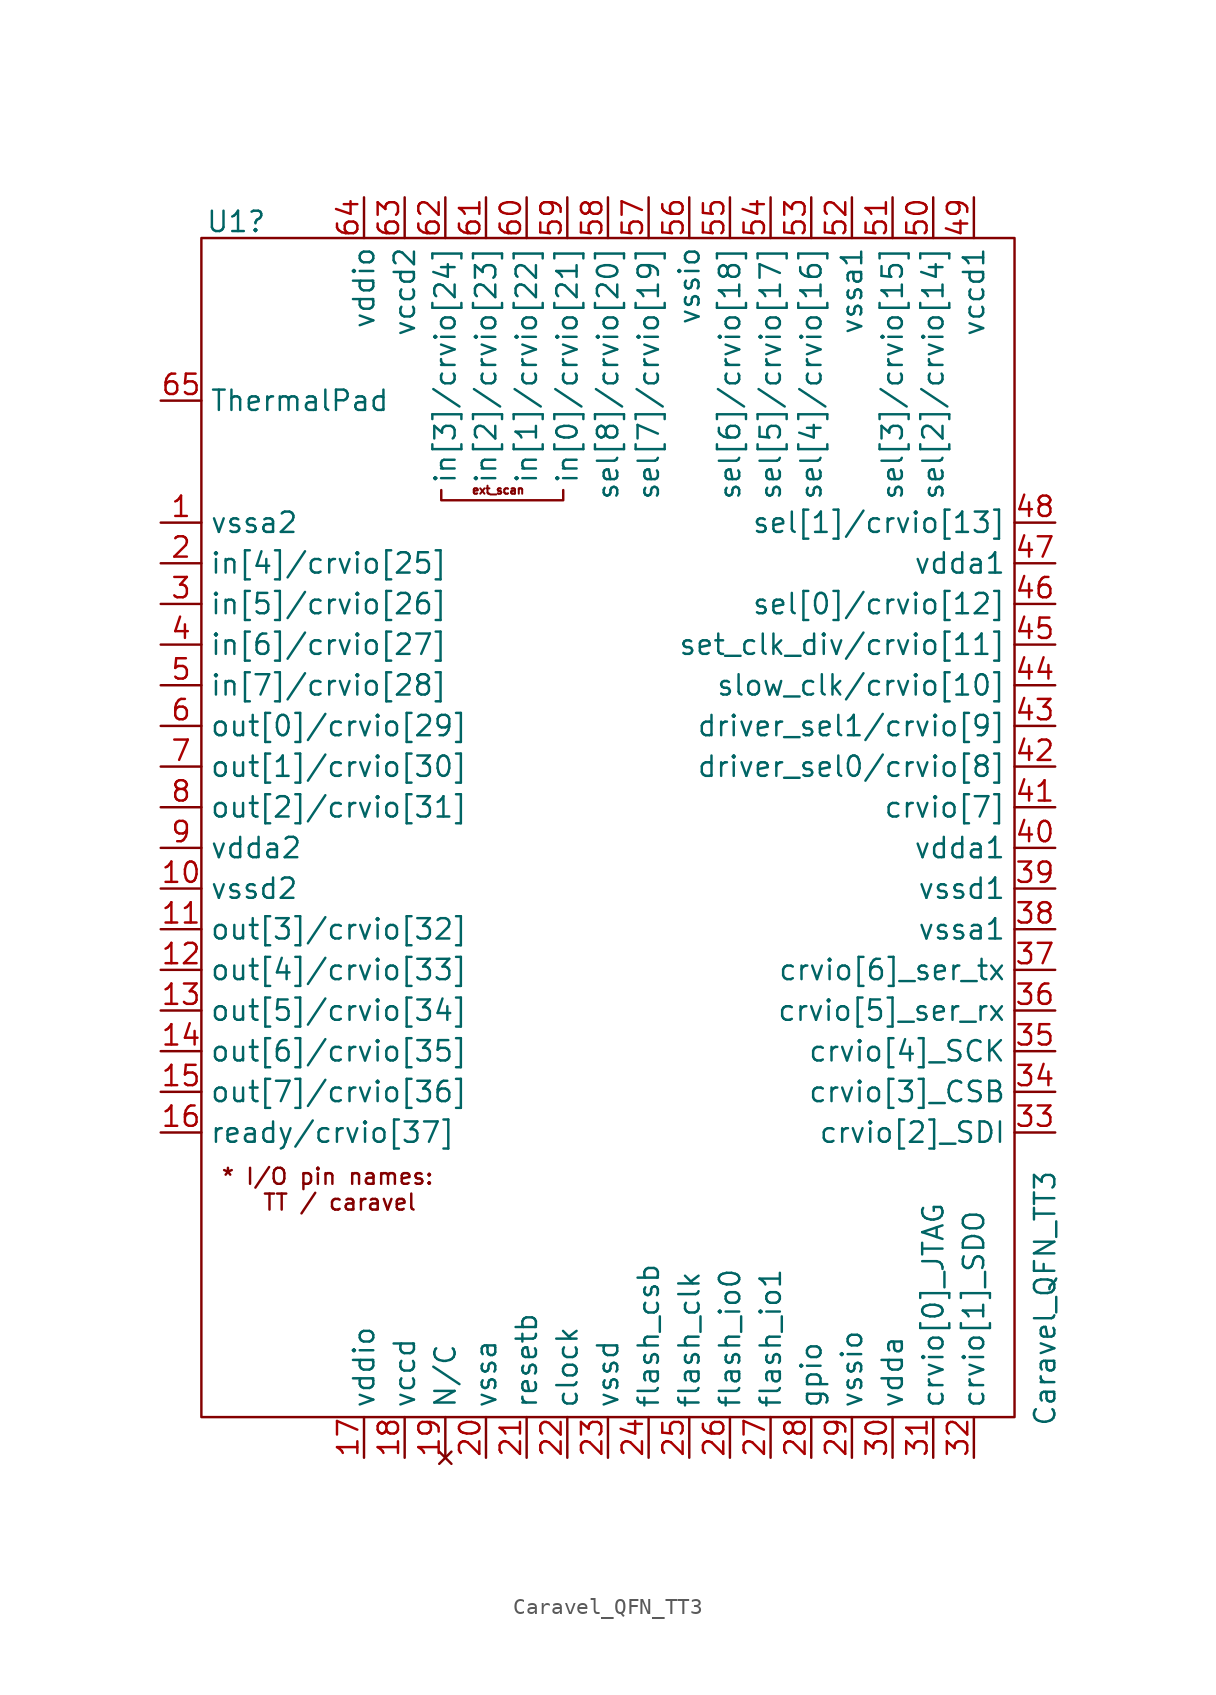
<source format=kicad_sym>
(kicad_symbol_lib
  (version 20241209)
  (generator "kicad_symbol_editor")
  (generator_version "9.0")
  (symbol "Caravel_QFN_TT3"
    (property "Reference" "U1"
      (at -26.416 41.656 0)
      (effects (font (size 1.27 1.27)) (justify left)))
    (property "Value" "Caravel_QFN_TT3"
      (at 26.035 -33.655 90)
      (effects (font (size 1.27 1.27)) (justify left)))
    (symbol "Caravel_QFN_TT3_0_1"
      (rectangle (start -26.67 40.64) (end 24.13 -33.02) (stroke (width 0) (type default)) (fill (type none)))
      (polyline (pts (xy -4.064 24.892) (xy -4.064 24.257) (xy -11.684 24.257) (xy -11.684 24.892)) (stroke (width 0) (type default)) (fill (type none))))
    (symbol "Caravel_QFN_TT3_1_1"
      (text "* I/O pin names:\n  TT / caravel" (at -18.796 -18.796 0) (effects (font (size 1 1))))
      (text "ext_scan" (at -8.128 24.892 0) (effects (font (size 0.5 0.5))))
      (pin power_in line (at -29.21 30.48 0) (length 2.54) (name "ThermalPad" (effects (font (size 1.27 1.27)))) (number "65" (effects (font (size 1.27 1.27)))))
      (pin power_in line (at -29.21 22.86 0) (length 2.54) (name "vssa2" (effects (font (size 1.27 1.27)))) (number "1" (effects (font (size 1.27 1.27)))))
      (pin bidirectional line (at -29.21 20.32 0) (length 2.54) (name "in[4]/crvio[25]" (effects (font (size 1.27 1.27)))) (number "2" (effects (font (size 1.27 1.27)))))
      (pin bidirectional line (at -29.21 17.78 0) (length 2.54) (name "in[5]/crvio[26]" (effects (font (size 1.27 1.27)))) (number "3" (effects (font (size 1.27 1.27)))))
      (pin bidirectional line (at -29.21 15.24 0) (length 2.54) (name "in[6]/crvio[27]" (effects (font (size 1.27 1.27)))) (number "4" (effects (font (size 1.27 1.27)))))
      (pin bidirectional line (at -29.21 12.7 0) (length 2.54) (name "in[7]/crvio[28]" (effects (font (size 1.27 1.27)))) (number "5" (effects (font (size 1.27 1.27)))))
      (pin bidirectional line (at -29.21 10.16 0) (length 2.54) (name "out[0]/crvio[29]" (effects (font (size 1.27 1.27)))) (number "6" (effects (font (size 1.27 1.27)))))
      (pin bidirectional line (at -29.21 7.62 0) (length 2.54) (name "out[1]/crvio[30]" (effects (font (size 1.27 1.27)))) (number "7" (effects (font (size 1.27 1.27)))))
      (pin bidirectional line (at -29.21 5.08 0) (length 2.54) (name "out[2]/crvio[31]" (effects (font (size 1.27 1.27)))) (number "8" (effects (font (size 1.27 1.27)))))
      (pin power_in line (at -29.21 2.54 0) (length 2.54) (name "vdda2" (effects (font (size 1.27 1.27)))) (number "9" (effects (font (size 1.27 1.27)))))
      (pin power_in line (at -29.21 0 0) (length 2.54) (name "vssd2" (effects (font (size 1.27 1.27)))) (number "10" (effects (font (size 1.27 1.27)))))
      (pin bidirectional line (at -29.21 -2.54 0) (length 2.54) (name "out[3]/crvio[32]" (effects (font (size 1.27 1.27)))) (number "11" (effects (font (size 1.27 1.27)))))
      (pin bidirectional line (at -29.21 -5.08 0) (length 2.54) (name "out[4]/crvio[33]" (effects (font (size 1.27 1.27)))) (number "12" (effects (font (size 1.27 1.27)))))
      (pin bidirectional line (at -29.21 -7.62 0) (length 2.54) (name "out[5]/crvio[34]" (effects (font (size 1.27 1.27)))) (number "13" (effects (font (size 1.27 1.27)))))
      (pin bidirectional line (at -29.21 -10.16 0) (length 2.54) (name "out[6]/crvio[35]" (effects (font (size 1.27 1.27)))) (number "14" (effects (font (size 1.27 1.27)))))
      (pin bidirectional line (at -29.21 -12.7 0) (length 2.54) (name "out[7]/crvio[36]" (effects (font (size 1.27 1.27)))) (number "15" (effects (font (size 1.27 1.27)))))
      (pin bidirectional line (at -29.21 -15.24 0) (length 2.54) (name "ready/crvio[37]" (effects (font (size 1.27 1.27)))) (number "16" (effects (font (size 1.27 1.27)))))
      (pin power_in line (at -16.51 43.18 270) (length 2.54) (name "vddio" (effects (font (size 1.27 1.27)))) (number "64" (effects (font (size 1.27 1.27)))))
      (pin power_in line (at -16.51 -35.56 90) (length 2.54) (name "vddio" (effects (font (size 1.27 1.27)))) (number "17" (effects (font (size 1.27 1.27)))))
      (pin power_in line (at -13.97 43.18 270) (length 2.54) (name "vccd2" (effects (font (size 1.27 1.27)))) (number "63" (effects (font (size 1.27 1.27)))))
      (pin power_in line (at -13.97 -35.56 90) (length 2.54) (name "vccd" (effects (font (size 1.27 1.27)))) (number "18" (effects (font (size 1.27 1.27)))))
      (pin bidirectional line (at -11.43 43.18 270) (length 2.54) (name "in[3]/crvio[24]" (effects (font (size 1.27 1.27)))) (number "62" (effects (font (size 1.27 1.27)))))
      (pin no_connect line (at -11.43 -35.56 90) (length 2.54) (name "N/C" (effects (font (size 1.27 1.27)))) (number "19" (effects (font (size 1.27 1.27)))))
      (pin bidirectional line (at -8.89 43.18 270) (length 2.54) (name "in[2]/crvio[23]" (effects (font (size 1.27 1.27)))) (number "61" (effects (font (size 1.27 1.27)))))
      (pin power_in line (at -8.89 -35.56 90) (length 2.54) (name "vssa" (effects (font (size 1.27 1.27)))) (number "20" (effects (font (size 1.27 1.27)))))
      (pin bidirectional line (at -6.35 43.18 270) (length 2.54) (name "in[1]/crvio[22]" (effects (font (size 1.27 1.27)))) (number "60" (effects (font (size 1.27 1.27)))))
      (pin input line (at -6.35 -35.56 90) (length 2.54) (name "resetb" (effects (font (size 1.27 1.27)))) (number "21" (effects (font (size 1.27 1.27)))))
      (pin bidirectional line (at -3.81 43.18 270) (length 2.54) (name "in[0]/crvio[21]" (effects (font (size 1.27 1.27)))) (number "59" (effects (font (size 1.27 1.27)))))
      (pin input line (at -3.81 -35.56 90) (length 2.54) (name "clock" (effects (font (size 1.27 1.27)))) (number "22" (effects (font (size 1.27 1.27)))))
      (pin bidirectional line (at -1.27 43.18 270) (length 2.54) (name "sel[8]/crvio[20]" (effects (font (size 1.27 1.27)))) (number "58" (effects (font (size 1.27 1.27)))))
      (pin power_in line (at -1.27 -35.56 90) (length 2.54) (name "vssd" (effects (font (size 1.27 1.27)))) (number "23" (effects (font (size 1.27 1.27)))))
      (pin bidirectional line (at 1.27 43.18 270) (length 2.54) (name "sel[7]/crvio[19]" (effects (font (size 1.27 1.27)))) (number "57" (effects (font (size 1.27 1.27)))))
      (pin output line (at 1.27 -35.56 90) (length 2.54) (name "flash_csb" (effects (font (size 1.27 1.27)))) (number "24" (effects (font (size 1.27 1.27)))))
      (pin power_in line (at 3.81 43.18 270) (length 2.54) (name "vssio" (effects (font (size 1.27 1.27)))) (number "56" (effects (font (size 1.27 1.27)))))
      (pin output line (at 3.81 -35.56 90) (length 2.54) (name "flash_clk" (effects (font (size 1.27 1.27)))) (number "25" (effects (font (size 1.27 1.27)))))
      (pin bidirectional line (at 6.35 43.18 270) (length 2.54) (name "sel[6]/crvio[18]" (effects (font (size 1.27 1.27)))) (number "55" (effects (font (size 1.27 1.27)))))
      (pin bidirectional line (at 6.35 -35.56 90) (length 2.54) (name "flash_io0" (effects (font (size 1.27 1.27)))) (number "26" (effects (font (size 1.27 1.27)))))
      (pin bidirectional line (at 8.89 43.18 270) (length 2.54) (name "sel[5]/crvio[17]" (effects (font (size 1.27 1.27)))) (number "54" (effects (font (size 1.27 1.27)))))
      (pin bidirectional line (at 8.89 -35.56 90) (length 2.54) (name "flash_io1" (effects (font (size 1.27 1.27)))) (number "27" (effects (font (size 1.27 1.27)))))
      (pin bidirectional line (at 11.43 43.18 270) (length 2.54) (name "sel[4]/crvio[16]" (effects (font (size 1.27 1.27)))) (number "53" (effects (font (size 1.27 1.27)))))
      (pin bidirectional line (at 11.43 -35.56 90) (length 2.54) (name "gpio" (effects (font (size 1.27 1.27)))) (number "28" (effects (font (size 1.27 1.27)))))
      (pin power_in line (at 13.97 43.18 270) (length 2.54) (name "vssa1" (effects (font (size 1.27 1.27)))) (number "52" (effects (font (size 1.27 1.27)))))
      (pin power_in line (at 13.97 -35.56 90) (length 2.54) (name "vssio" (effects (font (size 1.27 1.27)))) (number "29" (effects (font (size 1.27 1.27)))))
      (pin bidirectional line (at 16.51 43.18 270) (length 2.54) (name "sel[3]/crvio[15]" (effects (font (size 1.27 1.27)))) (number "51" (effects (font (size 1.27 1.27)))))
      (pin power_in line (at 16.51 -35.56 90) (length 2.54) (name "vdda" (effects (font (size 1.27 1.27)))) (number "30" (effects (font (size 1.27 1.27)))))
      (pin bidirectional line (at 19.05 43.18 270) (length 2.54) (name "sel[2]/crvio[14]" (effects (font (size 1.27 1.27)))) (number "50" (effects (font (size 1.27 1.27)))))
      (pin bidirectional line (at 19.05 -35.56 90) (length 2.54) (name "crvio[0]_JTAG" (effects (font (size 1.27 1.27)))) (number "31" (effects (font (size 1.27 1.27)))))
      (pin power_in line (at 21.59 43.18 270) (length 2.54) (name "vccd1" (effects (font (size 1.27 1.27)))) (number "49" (effects (font (size 1.27 1.27)))))
      (pin bidirectional line (at 21.59 -35.56 90) (length 2.54) (name "crvio[1]_SDO" (effects (font (size 1.27 1.27)))) (number "32" (effects (font (size 1.27 1.27)))))
      (pin bidirectional line (at 26.67 22.86 180) (length 2.54) (name "sel[1]/crvio[13]" (effects (font (size 1.27 1.27)))) (number "48" (effects (font (size 1.27 1.27)))))
      (pin power_in line (at 26.67 20.32 180) (length 2.54) (name "vdda1" (effects (font (size 1.27 1.27)))) (number "47" (effects (font (size 1.27 1.27)))))
      (pin bidirectional line (at 26.67 17.78 180) (length 2.54) (name "sel[0]/crvio[12]" (effects (font (size 1.27 1.27)))) (number "46" (effects (font (size 1.27 1.27)))))
      (pin bidirectional line (at 26.67 15.24 180) (length 2.54) (name "set_clk_div/crvio[11]" (effects (font (size 1.27 1.27)))) (number "45" (effects (font (size 1.27 1.27)))))
      (pin bidirectional line (at 26.67 12.7 180) (length 2.54) (name "slow_clk/crvio[10]" (effects (font (size 1.27 1.27)))) (number "44" (effects (font (size 1.27 1.27)))))
      (pin bidirectional line (at 26.67 10.16 180) (length 2.54) (name "driver_sel1/crvio[9]" (effects (font (size 1.27 1.27)))) (number "43" (effects (font (size 1.27 1.27)))))
      (pin bidirectional line (at 26.67 7.62 180) (length 2.54) (name "driver_sel0/crvio[8]" (effects (font (size 1.27 1.27)))) (number "42" (effects (font (size 1.27 1.27)))))
      (pin bidirectional line (at 26.67 5.08 180) (length 2.54) (name "crvio[7]" (effects (font (size 1.27 1.27)))) (number "41" (effects (font (size 1.27 1.27)))))
      (pin power_in line (at 26.67 2.54 180) (length 2.54) (name "vdda1" (effects (font (size 1.27 1.27)))) (number "40" (effects (font (size 1.27 1.27)))))
      (pin power_in line (at 26.67 0 180) (length 2.54) (name "vssd1" (effects (font (size 1.27 1.27)))) (number "39" (effects (font (size 1.27 1.27)))))
      (pin power_in line (at 26.67 -2.54 180) (length 2.54) (name "vssa1" (effects (font (size 1.27 1.27)))) (number "38" (effects (font (size 1.27 1.27)))))
      (pin bidirectional line (at 26.67 -5.08 180) (length 2.54) (name "crvio[6]_ser_tx" (effects (font (size 1.27 1.27)))) (number "37" (effects (font (size 1.27 1.27)))))
      (pin bidirectional line (at 26.67 -7.62 180) (length 2.54) (name "crvio[5]_ser_rx" (effects (font (size 1.27 1.27)))) (number "36" (effects (font (size 1.27 1.27)))))
      (pin bidirectional line (at 26.67 -10.16 180) (length 2.54) (name "crvio[4]_SCK" (effects (font (size 1.27 1.27)))) (number "35" (effects (font (size 1.27 1.27)))))
      (pin bidirectional line (at 26.67 -12.7 180) (length 2.54) (name "crvio[3]_CSB" (effects (font (size 1.27 1.27)))) (number "34" (effects (font (size 1.27 1.27)))))
      (pin bidirectional line (at 26.67 -15.24 180) (length 2.54) (name "crvio[2]_SDI" (effects (font (size 1.27 1.27)))) (number "33" (effects (font (size 1.27 1.27))))))))
</source>
